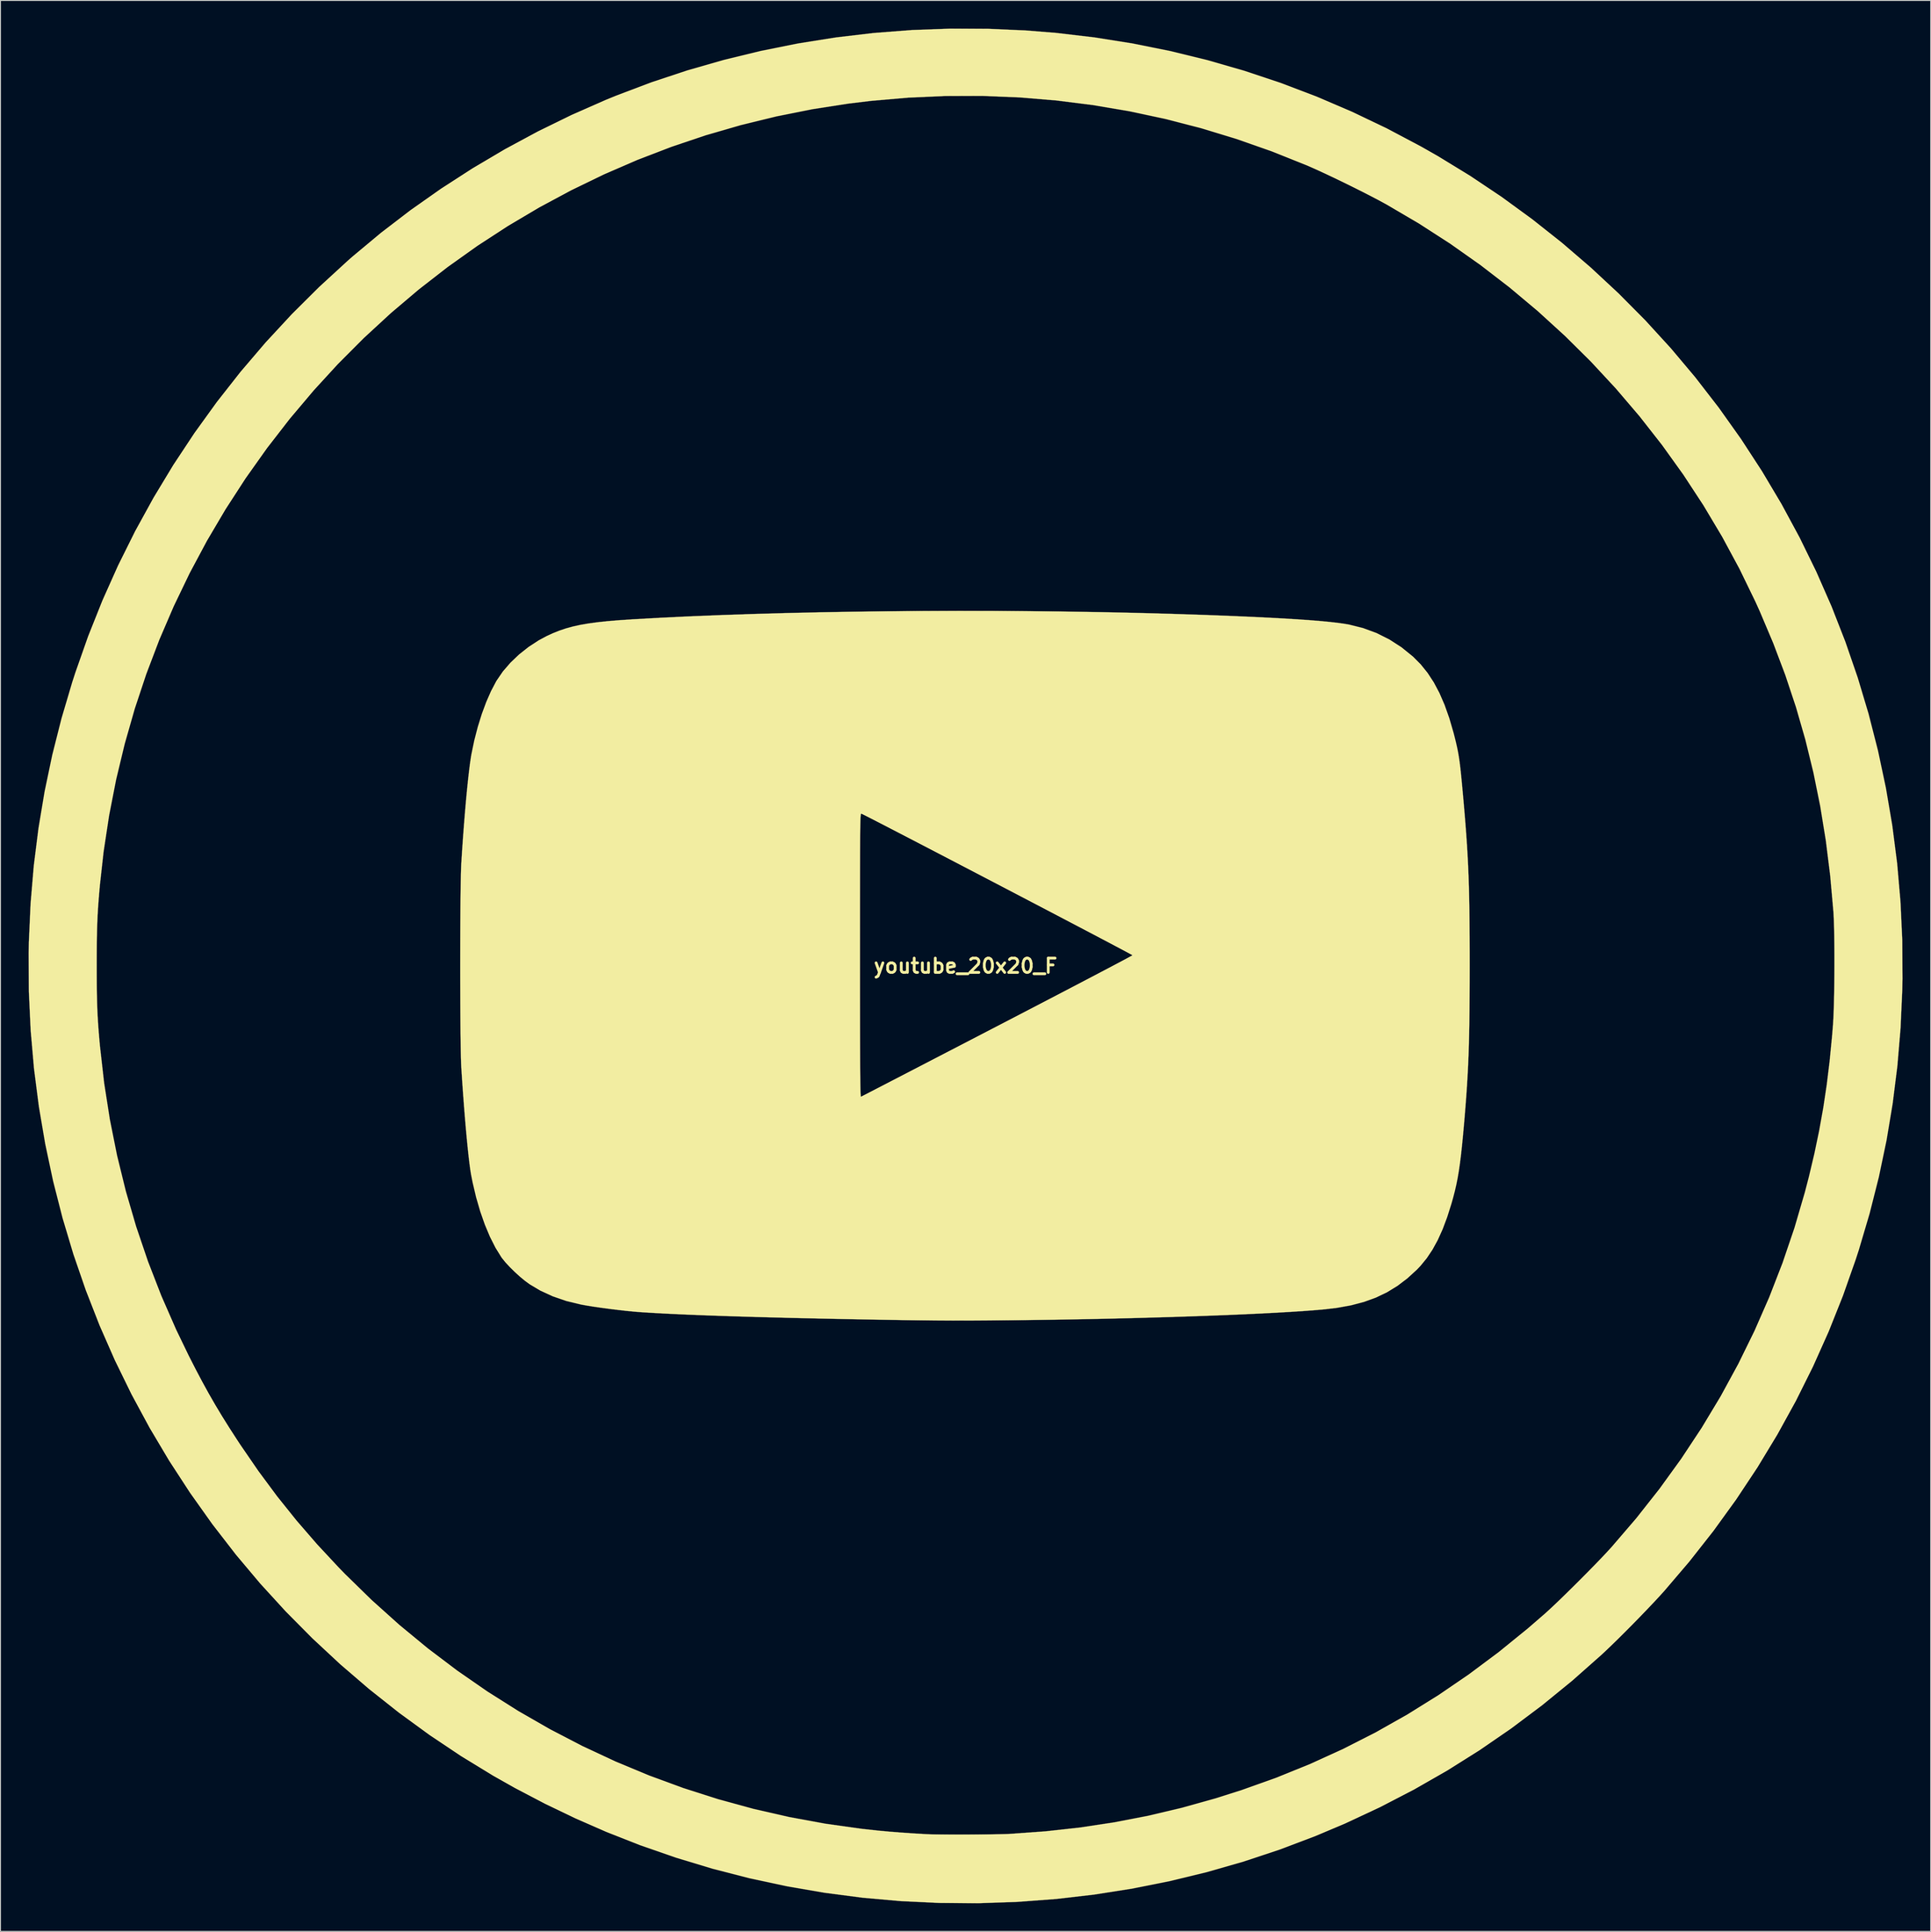
<source format=kicad_pcb>
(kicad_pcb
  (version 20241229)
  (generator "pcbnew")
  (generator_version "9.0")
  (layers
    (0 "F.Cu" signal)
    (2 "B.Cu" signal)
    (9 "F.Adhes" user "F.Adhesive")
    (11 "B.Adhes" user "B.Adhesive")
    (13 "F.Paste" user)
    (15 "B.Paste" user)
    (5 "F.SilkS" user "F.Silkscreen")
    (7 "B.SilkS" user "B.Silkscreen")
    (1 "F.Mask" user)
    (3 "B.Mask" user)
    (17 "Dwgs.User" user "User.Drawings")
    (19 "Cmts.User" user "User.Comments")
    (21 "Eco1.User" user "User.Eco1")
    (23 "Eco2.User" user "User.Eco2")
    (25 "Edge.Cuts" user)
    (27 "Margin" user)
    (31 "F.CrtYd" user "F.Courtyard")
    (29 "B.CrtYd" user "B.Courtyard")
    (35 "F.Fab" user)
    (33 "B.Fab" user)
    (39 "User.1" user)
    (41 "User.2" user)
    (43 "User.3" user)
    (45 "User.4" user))
  (footprint "youtube_20x20_F"
    (layer "F.Cu")
    (at 99.929 99.936)
    (property "Reference" "youtube_20x20_F" (at 0 0 0) (layer "F.SilkS") (effects (font (size 1.524 1.524) (thickness 0.3))))
    (attr through_hole)
    (fp_poly (pts (xy 3.082 -37.848) (xy 6.883 -37.824) (xy 10.664 -37.782) (xy 14.409 -37.722) (xy 18.103 -37.643) (xy 21.73 -37.546) (xy 25.273 -37.431) (xy 26.712 -37.378) (xy 28.77 -37.296) (xy 30.663 -37.213) (xy 32.395 -37.128) (xy 33.969 -37.043) (xy 35.391 -36.956) (xy 36.664 -36.867) (xy 37.792 -36.777) (xy 38.78 -36.683) (xy 39.631 -36.587) (xy 40.35 -36.488) (xy 40.894 -36.395) (xy 42.393 -36.02) (xy 43.83 -35.49) (xy 45.198 -34.805) (xy 46.492 -33.971) (xy 47.704 -32.989) (xy 47.742 -32.954) (xy 48.543 -32.148) (xy 49.272 -31.243) (xy 49.935 -30.229) (xy 50.538 -29.094) (xy 51.086 -27.829) (xy 51.585 -26.422) (xy 52.04 -24.864) (xy 52.153 -24.426) (xy 52.297 -23.843) (xy 52.418 -23.311) (xy 52.521 -22.802) (xy 52.611 -22.284) (xy 52.692 -21.729) (xy 52.769 -21.105) (xy 52.846 -20.382) (xy 52.929 -19.53) (xy 52.958 -19.219) (xy 53.09 -17.772) (xy 53.206 -16.434) (xy 53.309 -15.183) (xy 53.399 -14.001) (xy 53.477 -12.867) (xy 53.543 -11.762) (xy 53.598 -10.664) (xy 53.644 -9.555) (xy 53.681 -8.413) (xy 53.71 -7.22) (xy 53.732 -5.955) (xy 53.747 -4.597) (xy 53.757 -3.127) (xy 53.762 -1.526) (xy 53.763 -0.042) (xy 53.761 1.685) (xy 53.755 3.263) (xy 53.744 4.709) (xy 53.728 6.042) (xy 53.706 7.282) (xy 53.676 8.447) (xy 53.64 9.557) (xy 53.595 10.63) (xy 53.541 11.685) (xy 53.478 12.741) (xy 53.405 13.818) (xy 53.32 14.933) (xy 53.225 16.107) (xy 53.165 16.806) (xy 53.051 18.074) (xy 52.941 19.194) (xy 52.833 20.187) (xy 52.721 21.074) (xy 52.604 21.877) (xy 52.477 22.617) (xy 52.338 23.314) (xy 52.182 23.991) (xy 52.008 24.667) (xy 51.816 25.346) (xy 51.359 26.789) (xy 50.875 28.078) (xy 50.355 29.227) (xy 49.793 30.251) (xy 49.181 31.165) (xy 48.511 31.982) (xy 48.128 32.384) (xy 47.113 33.311) (xy 46.057 34.112) (xy 44.944 34.793) (xy 43.757 35.361) (xy 42.481 35.823) (xy 41.1 36.186) (xy 39.599 36.456) (xy 38.312 36.61) (xy 37.249 36.703) (xy 36.028 36.795) (xy 34.662 36.884) (xy 33.161 36.971) (xy 31.539 37.056) (xy 29.807 37.137) (xy 27.975 37.216) (xy 26.058 37.29) (xy 24.065 37.361) (xy 22.01 37.428) (xy 19.903 37.49) (xy 17.757 37.548) (xy 15.583 37.601) (xy 13.393 37.648) (xy 11.2 37.689) (xy 9.014 37.725) (xy 6.848 37.754) (xy 4.713 37.777) (xy 2.622 37.793) (xy 0.585 37.801) (xy -1.384 37.803) (xy -3.275 37.796) (xy -5.075 37.782) (xy -6.646 37.761) (xy -9.869 37.706) (xy -12.926 37.649) (xy -15.815 37.589) (xy -18.538 37.527) (xy -21.092 37.462) (xy -23.479 37.395) (xy -25.699 37.325) (xy -27.75 37.253) (xy -29.633 37.178) (xy -31.347 37.101) (xy -32.893 37.021) (xy -34.269 36.939) (xy -34.713 36.91) (xy -35.405 36.853) (xy -36.206 36.774) (xy -37.076 36.676) (xy -37.974 36.565) (xy -38.862 36.446) (xy -39.698 36.325) (xy -40.442 36.205) (xy -41.02 36.1) (xy -42.575 35.723) (xy -44.025 35.224) (xy -45.363 34.608) (xy -46.487 33.939) (xy -46.989 33.572) (xy -47.534 33.121) (xy -48.087 32.618) (xy -48.613 32.099) (xy -49.077 31.597) (xy -49.442 31.145) (xy -49.51 31.049) (xy -50.136 30.037) (xy -50.723 28.875) (xy -51.267 27.58) (xy -51.761 26.168) (xy -52.2 24.656) (xy -52.576 23.06) (xy -52.741 22.225) (xy -52.821 21.732) (xy -52.908 21.086) (xy -53.001 20.302) (xy -53.098 19.398) (xy -53.197 18.388) (xy -53.298 17.289) (xy -53.398 16.118) (xy -53.497 14.889) (xy -53.592 13.619) (xy -53.683 12.324) (xy -53.768 11.019) (xy -53.781 10.795) (xy -53.801 10.379) (xy -53.819 9.809) (xy -53.835 9.1) (xy -53.849 8.266) (xy -53.861 7.324) (xy -53.871 6.288) (xy -53.88 5.172) (xy -53.887 3.994) (xy -53.891 2.766) (xy -53.895 1.505) (xy -53.896 0.225) (xy -53.895 -1.058) (xy -53.895 -1.144) (xy -11.261 -1.144) (xy -11.26 0.798) (xy -11.26 2.577) (xy -11.259 4.199) (xy -11.257 5.671) (xy -11.255 6.998) (xy -11.252 8.187) (xy -11.248 9.244) (xy -11.244 10.175) (xy -11.239 10.987) (xy -11.233 11.685) (xy -11.227 12.277) (xy -11.219 12.768) (xy -11.211 13.164) (xy -11.201 13.472) (xy -11.191 13.697) (xy -11.179 13.847) (xy -11.167 13.927) (xy -11.155 13.946) (xy -11.07 13.903) (xy -10.842 13.786) (xy -10.479 13.599) (xy -9.987 13.345) (xy -9.375 13.028) (xy -8.648 12.652) (xy -7.816 12.221) (xy -6.884 11.739) (xy -5.861 11.209) (xy -4.753 10.635) (xy -3.569 10.021) (xy -2.315 9.371) (xy -0.998 8.689) (xy 0.373 7.978) (xy 1.792 7.242) (xy 3.251 6.485) (xy 3.376 6.421) (xy 4.837 5.662) (xy 6.257 4.924) (xy 7.629 4.211) (xy 8.946 3.525) (xy 10.201 2.871) (xy 11.386 2.252) (xy 12.494 1.673) (xy 13.517 1.137) (xy 14.449 0.648) (xy 15.282 0.21) (xy 16.009 -0.174) (xy 16.623 -0.499) (xy 17.116 -0.762) (xy 17.481 -0.959) (xy 17.711 -1.086) (xy 17.798 -1.139) (xy 17.799 -1.14) (xy 17.725 -1.185) (xy 17.51 -1.303) (xy 17.162 -1.491) (xy 16.69 -1.742) (xy 16.104 -2.053) (xy 15.412 -2.419) (xy 14.622 -2.836) (xy 13.744 -3.298) (xy 12.787 -3.801) (xy 11.758 -4.341) (xy 10.668 -4.912) (xy 9.526 -5.511) (xy 8.339 -6.133) (xy 7.116 -6.772) (xy 5.868 -7.425) (xy 4.601 -8.087) (xy 3.326 -8.753) (xy 2.051 -9.418) (xy 0.785 -10.079) (xy -0.463 -10.729) (xy -1.684 -11.366) (xy -2.87 -11.983) (xy -4.012 -12.577) (xy -5.101 -13.143) (xy -6.127 -13.676) (xy -7.083 -14.171) (xy -7.959 -14.625) (xy -8.746 -15.032) (xy -9.436 -15.388) (xy -10.02 -15.687) (xy -10.488 -15.927) (xy -10.833 -16.101) (xy -11.045 -16.205) (xy -11.113 -16.236) (xy -11.131 -16.235) (xy -11.148 -16.216) (xy -11.163 -16.174) (xy -11.177 -16.1) (xy -11.189 -15.986) (xy -11.201 -15.827) (xy -11.211 -15.614) (xy -11.219 -15.34) (xy -11.227 -14.999) (xy -11.234 -14.582) (xy -11.239 -14.082) (xy -11.244 -13.493) (xy -11.248 -12.807) (xy -11.252 -12.016) (xy -11.254 -11.114) (xy -11.257 -10.093) (xy -11.258 -8.946) (xy -11.259 -7.666) (xy -11.26 -6.245) (xy -11.26 -4.676) (xy -11.261 -2.952) (xy -11.261 -1.144) (xy -53.895 -1.144) (xy -53.893 -2.33) (xy -53.889 -3.575) (xy -53.883 -4.778) (xy -53.875 -5.925) (xy -53.865 -6.999) (xy -53.854 -7.987) (xy -53.84 -8.872) (xy -53.825 -9.64) (xy -53.808 -10.276) (xy -53.789 -10.765) (xy -53.781 -10.922) (xy -53.693 -12.309) (xy -53.599 -13.682) (xy -53.498 -15.025) (xy -53.393 -16.321) (xy -53.286 -17.554) (xy -53.177 -18.709) (xy -53.069 -19.77) (xy -52.962 -20.72) (xy -52.859 -21.543) (xy -52.76 -22.223) (xy -52.7 -22.575) (xy -52.392 -24.05) (xy -52.02 -25.485) (xy -51.593 -26.856) (xy -51.119 -28.137) (xy -50.607 -29.303) (xy -50.066 -30.329) (xy -50.006 -30.43) (xy -49.345 -31.394) (xy -48.54 -32.327) (xy -47.617 -33.207) (xy -46.601 -34.011) (xy -45.517 -34.717) (xy -44.675 -35.169) (xy -44.003 -35.477) (xy -43.327 -35.747) (xy -42.628 -35.983) (xy -41.887 -36.187) (xy -41.088 -36.363) (xy -40.21 -36.515) (xy -39.236 -36.647) (xy -38.148 -36.762) (xy -36.927 -36.863) (xy -35.56 -36.954) (xy -32.575 -37.121) (xy -29.438 -37.272) (xy -26.164 -37.405) (xy -22.768 -37.521) (xy -19.266 -37.62) (xy -15.675 -37.702) (xy -12.009 -37.766) (xy -8.285 -37.813) (xy -4.518 -37.843) (xy -0.724 -37.854) (xy 3.082 -37.848)) (stroke (width 0.01) (type solid)) (fill yes) (layer "F.SilkS"))
    (fp_poly (pts (xy 2.412 -99.916) (xy 6.484 -99.735) (xy 9.652 -99.479) (xy 13.756 -98.996) (xy 17.82 -98.35) (xy 21.841 -97.54) (xy 25.818 -96.567) (xy 29.745 -95.433) (xy 33.622 -94.139) (xy 37.444 -92.685) (xy 41.208 -91.072) (xy 44.913 -89.302) (xy 48.554 -87.375) (xy 50.377 -86.338) (xy 53.808 -84.241) (xy 57.163 -81.997) (xy 60.433 -79.613) (xy 63.611 -77.097) (xy 66.687 -74.455) (xy 69.653 -71.695) (xy 72.501 -68.824) (xy 75.221 -65.85) (xy 77.805 -62.78) (xy 80.329 -59.519) (xy 82.706 -56.174) (xy 84.936 -52.75) (xy 87.018 -49.249) (xy 88.949 -45.676) (xy 90.729 -42.035) (xy 92.356 -38.331) (xy 93.828 -34.566) (xy 95.145 -30.745) (xy 96.306 -26.872) (xy 97.308 -22.951) (xy 98.151 -18.985) (xy 98.833 -14.98) (xy 99.352 -10.938) (xy 99.708 -6.863) (xy 99.899 -2.761) (xy 99.924 1.366) (xy 99.9 2.559) (xy 99.716 6.649) (xy 99.375 10.681) (xy 98.876 14.663) (xy 98.218 18.603) (xy 97.398 22.51) (xy 96.415 26.394) (xy 95.269 30.264) (xy 94.938 31.284) (xy 93.569 35.17) (xy 92.048 38.981) (xy 90.375 42.718) (xy 88.551 46.379) (xy 86.576 49.963) (xy 84.452 53.469) (xy 82.178 56.896) (xy 79.756 60.243) (xy 77.186 63.509) (xy 74.521 66.633) (xy 73.982 67.228) (xy 73.343 67.914) (xy 72.629 68.665) (xy 71.865 69.457) (xy 71.074 70.264) (xy 70.281 71.062) (xy 69.511 71.826) (xy 68.787 72.531) (xy 68.135 73.152) (xy 67.818 73.447) (xy 64.695 76.209) (xy 61.488 78.824) (xy 58.197 81.292) (xy 54.822 83.613) (xy 51.362 85.788) (xy 47.816 87.816) (xy 44.186 89.698) (xy 40.47 91.434) (xy 37.291 92.776) (xy 33.48 94.218) (xy 29.616 95.5) (xy 25.703 96.621) (xy 21.745 97.58) (xy 17.746 98.377) (xy 13.71 99.011) (xy 9.64 99.481) (xy 5.541 99.787) (xy 1.417 99.928) (xy -2.729 99.903) (xy -2.836 99.9) (xy -6.916 99.706) (xy -10.982 99.344) (xy -15.026 98.817) (xy -19.044 98.125) (xy -23.027 97.271) (xy -26.971 96.255) (xy -30.868 95.078) (xy -34.712 93.743) (xy -38.312 92.327) (xy -41.599 90.888) (xy -44.866 89.319) (xy -48.064 87.643) (xy -50.377 86.338) (xy -53.808 84.241) (xy -57.163 81.997) (xy -60.433 79.613) (xy -63.611 77.097) (xy -66.687 74.455) (xy -69.653 71.695) (xy -72.501 68.824) (xy -75.221 65.85) (xy -77.805 62.78) (xy -80.329 59.519) (xy -82.706 56.174) (xy -84.936 52.75) (xy -87.018 49.249) (xy -88.949 45.676) (xy -90.729 42.035) (xy -92.356 38.331) (xy -93.828 34.566) (xy -95.146 30.745) (xy -96.306 26.872) (xy -97.308 22.951) (xy -98.151 18.985) (xy -98.833 14.98) (xy -99.352 10.938) (xy -99.708 6.863) (xy -99.899 2.761) (xy -99.917 -0.085) (xy -92.664 -0.085) (xy -92.662 1.085) (xy -92.656 2.113) (xy -92.644 3.029) (xy -92.626 3.861) (xy -92.6 4.636) (xy -92.564 5.383) (xy -92.518 6.131) (xy -92.462 6.908) (xy -92.392 7.741) (xy -92.323 8.509) (xy -91.877 12.455) (xy -91.268 16.354) (xy -90.497 20.206) (xy -89.562 24.012) (xy -88.464 27.772) (xy -87.204 31.486) (xy -85.781 35.153) (xy -84.194 38.775) (xy -82.861 41.533) (xy -82.118 42.99) (xy -81.411 44.328) (xy -80.72 45.585) (xy -80.02 46.801) (xy -79.291 48.014) (xy -78.508 49.264) (xy -77.65 50.59) (xy -77.344 51.054) (xy -75.414 53.864) (xy -73.423 56.549) (xy -71.346 59.139) (xy -69.158 61.666) (xy -66.832 64.162) (xy -66.169 64.843) (xy -63.326 67.619) (xy -60.383 70.26) (xy -57.344 72.765) (xy -54.214 75.131) (xy -50.997 77.358) (xy -47.697 79.442) (xy -44.319 81.381) (xy -40.866 83.174) (xy -37.343 84.818) (xy -33.754 86.312) (xy -30.104 87.653) (xy -26.396 88.839) (xy -22.636 89.869) (xy -18.826 90.74) (xy -14.972 91.45) (xy -11.078 91.997) (xy -9.239 92.197) (xy -8.121 92.299) (xy -6.886 92.396) (xy -5.588 92.485) (xy -4.28 92.562) (xy -4.149 92.569) (xy -3.785 92.583) (xy -3.277 92.594) (xy -2.65 92.601) (xy -1.929 92.606) (xy -1.139 92.609) (xy -0.306 92.609) (xy 0.545 92.606) (xy 1.389 92.601) (xy 2.201 92.594) (xy 2.956 92.584) (xy 3.628 92.573) (xy 4.193 92.559) (xy 4.625 92.543) (xy 4.699 92.54) (xy 8.497 92.268) (xy 12.213 91.859) (xy 15.866 91.306) (xy 19.477 90.608) (xy 23.064 89.759) (xy 26.648 88.757) (xy 29.379 87.891) (xy 33.084 86.572) (xy 36.706 85.106) (xy 40.249 83.493) (xy 43.714 81.731) (xy 47.104 79.819) (xy 50.421 77.755) (xy 53.667 75.539) (xy 56.844 73.17) (xy 59.955 70.645) (xy 61.807 69.041) (xy 62.295 68.597) (xy 62.878 68.05) (xy 63.533 67.422) (xy 64.24 66.733) (xy 64.978 66.005) (xy 65.725 65.259) (xy 66.461 64.517) (xy 67.163 63.798) (xy 67.81 63.126) (xy 68.383 62.519) (xy 68.858 62.001) (xy 68.9 61.955) (xy 71.521 58.903) (xy 73.996 55.766) (xy 76.324 52.549) (xy 78.504 49.252) (xy 80.534 45.879) (xy 82.413 42.43) (xy 84.141 38.908) (xy 85.716 35.315) (xy 87.137 31.654) (xy 88.404 27.926) (xy 89.514 24.133) (xy 89.948 22.462) (xy 90.533 19.992) (xy 91.04 17.559) (xy 91.477 15.127) (xy 91.847 12.658) (xy 92.158 10.117) (xy 92.415 7.465) (xy 92.512 6.265) (xy 92.55 5.654) (xy 92.582 4.901) (xy 92.61 4.033) (xy 92.632 3.074) (xy 92.649 2.049) (xy 92.66 0.984) (xy 92.665 -0.098) (xy 92.665 -1.17) (xy 92.658 -2.209) (xy 92.646 -3.188) (xy 92.628 -4.084) (xy 92.603 -4.872) (xy 92.573 -5.525) (xy 92.558 -5.757) (xy 92.216 -9.616) (xy 91.748 -13.369) (xy 91.153 -17.031) (xy 90.426 -20.614) (xy 89.565 -24.132) (xy 88.565 -27.597) (xy 87.425 -31.022) (xy 86.139 -34.42) (xy 84.706 -37.806) (xy 84.248 -38.82) (xy 82.541 -42.334) (xy 80.688 -45.767) (xy 78.691 -49.115) (xy 76.555 -52.374) (xy 74.283 -55.539) (xy 71.879 -58.607) (xy 69.347 -61.573) (xy 66.691 -64.434) (xy 63.914 -67.185) (xy 61.021 -69.823) (xy 58.014 -72.343) (xy 54.898 -74.741) (xy 51.677 -77.013) (xy 48.353 -79.156) (xy 44.932 -81.164) (xy 44.873 -81.197) (xy 44.148 -81.592) (xy 43.302 -82.037) (xy 42.367 -82.516) (xy 41.375 -83.014) (xy 40.358 -83.515) (xy 39.347 -84.003) (xy 38.374 -84.463) (xy 37.472 -84.879) (xy 36.673 -85.235) (xy 36.364 -85.367) (xy 32.661 -86.847) (xy 28.915 -88.163) (xy 25.13 -89.316) (xy 21.31 -90.304) (xy 17.458 -91.127) (xy 13.578 -91.784) (xy 9.674 -92.276) (xy 5.749 -92.601) (xy 1.806 -92.76) (xy -2.15 -92.751) (xy -6.117 -92.575) (xy -10.091 -92.23) (xy -12.488 -91.941) (xy -16.356 -91.34) (xy -20.183 -90.575) (xy -23.967 -89.65) (xy -27.701 -88.568) (xy -31.381 -87.329) (xy -35.003 -85.938) (xy -38.561 -84.396) (xy -42.05 -82.706) (xy -45.467 -80.872) (xy -48.806 -78.894) (xy -52.063 -76.776) (xy -55.232 -74.521) (xy -58.31 -72.13) (xy -61.29 -69.607) (xy -64.169 -66.954) (xy -66.942 -64.174) (xy -69.503 -61.383) (xy -72.072 -58.341) (xy -74.499 -55.21) (xy -76.783 -51.993) (xy -78.921 -48.695) (xy -80.913 -45.321) (xy -82.756 -41.873) (xy -84.448 -38.357) (xy -85.989 -34.776) (xy -87.375 -31.134) (xy -88.605 -27.436) (xy -89.678 -23.686) (xy -90.592 -19.886) (xy -91.344 -16.043) (xy -91.934 -12.159) (xy -92.324 -8.636) (xy -92.404 -7.736) (xy -92.47 -6.917) (xy -92.525 -6.153) (xy -92.569 -5.413) (xy -92.602 -4.671) (xy -92.628 -3.897) (xy -92.645 -3.064) (xy -92.656 -2.142) (xy -92.662 -1.104) (xy -92.664 -0.085) (xy -99.917 -0.085) (xy -99.924 -1.366) (xy -99.9 -2.559) (xy -99.716 -6.649) (xy -99.375 -10.681) (xy -98.876 -14.663) (xy -98.218 -18.603) (xy -97.398 -22.51) (xy -96.415 -26.394) (xy -95.269 -30.264) (xy -94.938 -31.284) (xy -93.572 -35.161) (xy -92.052 -38.967) (xy -90.382 -42.699) (xy -88.563 -46.354) (xy -86.598 -49.928) (xy -84.489 -53.417) (xy -82.238 -56.818) (xy -79.848 -60.128) (xy -77.321 -63.344) (xy -74.658 -66.462) (xy -71.864 -69.478) (xy -68.938 -72.389) (xy -65.885 -75.192) (xy -65.363 -75.649) (xy -62.342 -78.167) (xy -59.198 -80.575) (xy -55.942 -82.866) (xy -52.584 -85.034) (xy -49.136 -87.072) (xy -45.609 -88.973) (xy -42.013 -90.731) (xy -38.36 -92.339) (xy -37.291 -92.776) (xy -33.506 -94.208) (xy -29.662 -95.482) (xy -25.765 -96.599) (xy -21.823 -97.557) (xy -17.842 -98.355) (xy -13.828 -98.993) (xy -9.789 -99.469) (xy -5.732 -99.782) (xy -1.663 -99.931) (xy 2.412 -99.916)) (stroke (width 0.01) (type solid)) (fill yes) (layer "F.SilkS")))
  (gr_rect
    (start -3 -3)
    (end 202.859 202.869)
    (stroke (width 0.1) (type default))
    (fill no)
    (layer "Edge.Cuts")))
</source>
